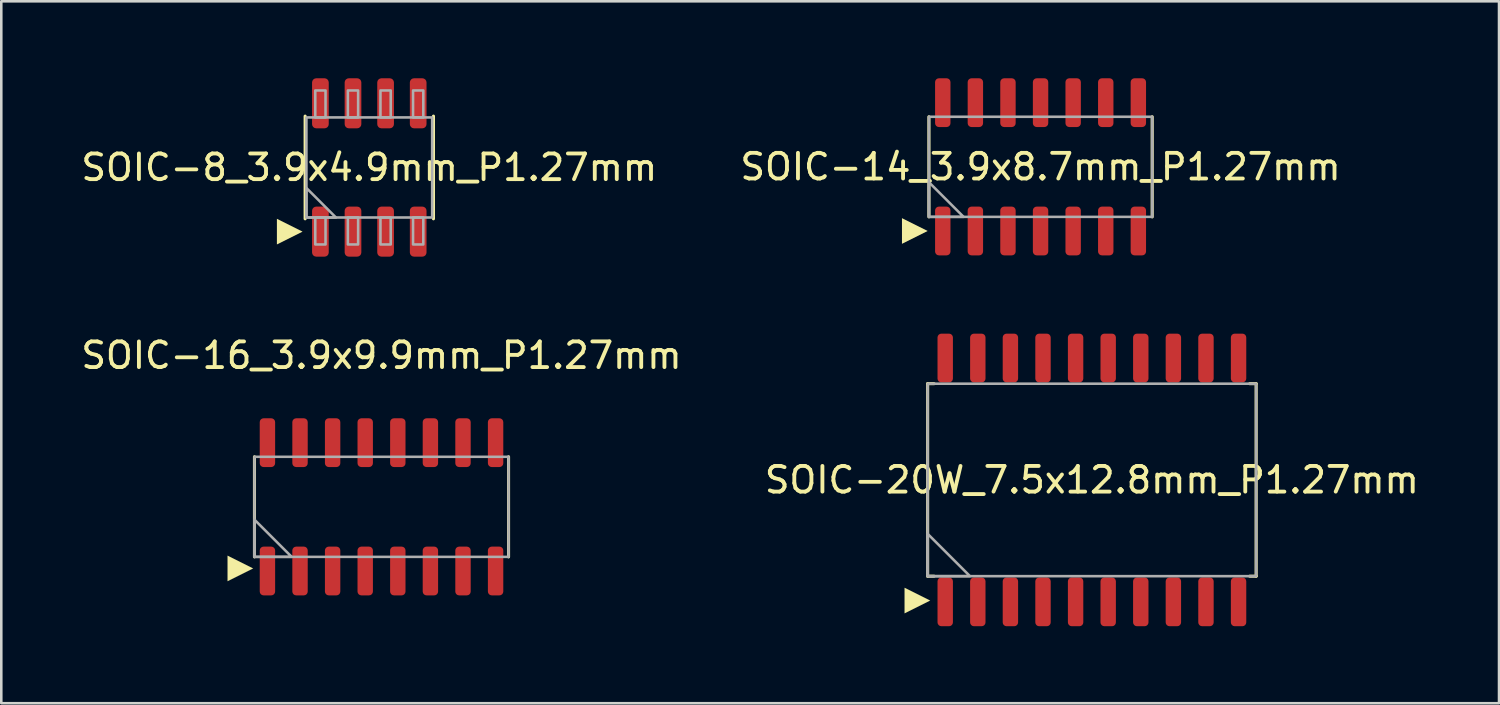
<source format=kicad_pcb>
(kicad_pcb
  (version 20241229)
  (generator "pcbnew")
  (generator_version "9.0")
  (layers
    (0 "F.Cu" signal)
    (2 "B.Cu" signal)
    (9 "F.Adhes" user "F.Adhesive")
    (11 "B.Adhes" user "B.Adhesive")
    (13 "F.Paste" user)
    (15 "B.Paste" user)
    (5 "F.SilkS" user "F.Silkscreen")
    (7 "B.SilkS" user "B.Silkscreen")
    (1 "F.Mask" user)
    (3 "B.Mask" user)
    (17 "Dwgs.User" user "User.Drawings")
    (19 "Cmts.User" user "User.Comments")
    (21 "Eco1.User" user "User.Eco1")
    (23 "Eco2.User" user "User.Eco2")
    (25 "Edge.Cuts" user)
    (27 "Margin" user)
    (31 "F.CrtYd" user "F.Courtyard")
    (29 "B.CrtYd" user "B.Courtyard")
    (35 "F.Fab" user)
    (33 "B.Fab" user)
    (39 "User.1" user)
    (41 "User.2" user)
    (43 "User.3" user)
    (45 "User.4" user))
  (footprint "SOIC-16_3.9x9.9mm_P1.27mm"
    (layer "F.Cu")
    (at 11.815 16.698)
    (property "Reference" "SOIC-16_3.9x9.9mm_P1.27mm" (at 0 -5.9 0) (layer "F.SilkS") (effects (font (size 1 1) (thickness 0.15))))
    (attr smd)
    (fp_line (start -4.95 1.95) (end -4.95 -1.95) (stroke (width 0.12) (type default)) (layer "F.SilkS"))
    (fp_line (start 4.95 1.95) (end 4.95 -1.95) (stroke (width 0.12) (type default)) (layer "F.SilkS"))
    (fp_poly (pts (xy -6 2.9) (xy -6 1.9) (xy -5 2.4)) (stroke (width 0) (type solid)) (fill yes) (layer "F.SilkS"))
    (fp_rect (start -4.95 -1.95) (end 4.95 1.95) (stroke (width 0.1) (type default)) (fill no) (layer "F.Fab"))
    (fp_poly (pts (xy -3.5 1.95) (xy -4.95 0.5) (xy -4.95 1.95)) (stroke (width 0.1) (type solid)) (fill no) (layer "F.Fab"))
    (pad "1" smd roundrect (at -4.445 2.5 90) (size 1.9 0.6) (layers "F.Cu" "F.Mask" "F.Paste") (roundrect_rratio 0.25))
    (pad "2" smd roundrect (at -3.175 2.5 90) (size 1.9 0.6) (layers "F.Cu" "F.Mask" "F.Paste") (roundrect_rratio 0.25))
    (pad "3" smd roundrect (at -1.905 2.5 90) (size 1.9 0.6) (layers "F.Cu" "F.Mask" "F.Paste") (roundrect_rratio 0.25))
    (pad "4" smd roundrect (at -0.635 2.5 90) (size 1.9 0.6) (layers "F.Cu" "F.Mask" "F.Paste") (roundrect_rratio 0.25))
    (pad "5" smd roundrect (at 0.635 2.5 90) (size 1.9 0.6) (layers "F.Cu" "F.Mask" "F.Paste") (roundrect_rratio 0.25))
    (pad "6" smd roundrect (at 1.905 2.5 90) (size 1.9 0.6) (layers "F.Cu" "F.Mask" "F.Paste") (roundrect_rratio 0.25))
    (pad "7" smd roundrect (at 3.175 2.5 90) (size 1.9 0.6) (layers "F.Cu" "F.Mask" "F.Paste") (roundrect_rratio 0.25))
    (pad "8" smd roundrect (at 4.445 2.5 90) (size 1.9 0.6) (layers "F.Cu" "F.Mask" "F.Paste") (roundrect_rratio 0.25))
    (pad "9" smd roundrect (at 4.445 -2.5 90) (size 1.9 0.6) (layers "F.Cu" "F.Mask" "F.Paste") (roundrect_rratio 0.25))
    (pad "10" smd roundrect (at 3.175 -2.5 90) (size 1.9 0.6) (layers "F.Cu" "F.Mask" "F.Paste") (roundrect_rratio 0.25))
    (pad "11" smd roundrect (at 1.905 -2.5 90) (size 1.9 0.6) (layers "F.Cu" "F.Mask" "F.Paste") (roundrect_rratio 0.25))
    (pad "12" smd roundrect (at 0.635 -2.5 90) (size 1.9 0.6) (layers "F.Cu" "F.Mask" "F.Paste") (roundrect_rratio 0.25))
    (pad "13" smd roundrect (at -0.635 -2.5 90) (size 1.9 0.6) (layers "F.Cu" "F.Mask" "F.Paste") (roundrect_rratio 0.25))
    (pad "14" smd roundrect (at -1.905 -2.5 90) (size 1.9 0.6) (layers "F.Cu" "F.Mask" "F.Paste") (roundrect_rratio 0.25))
    (pad "15" smd roundrect (at -3.175 -2.5 90) (size 1.9 0.6) (layers "F.Cu" "F.Mask" "F.Paste") (roundrect_rratio 0.25))
    (pad "16" smd roundrect (at -4.445 -2.5 90) (size 1.9 0.6) (layers "F.Cu" "F.Mask" "F.Paste") (roundrect_rratio 0.25)))
  (footprint "SOIC-20W_7.5x12.8mm_P1.27mm"
    (layer "F.Cu")
    (at 39.494 15.65)
    (property "Reference" "SOIC-20W_7.5x12.8mm_P1.27mm" (at 0 0 0) (layer "F.SilkS") (effects (font (size 1 1) (thickness 0.15))))
    (attr smd)
    (fp_line (start -6.4 -3.75) (end -6.4 3.75) (stroke (width 0.12) (type default)) (layer "F.SilkS"))
    (fp_line (start -6.4 3.75) (end -6.15 3.75) (stroke (width 0.12) (type default)) (layer "F.SilkS"))
    (fp_line (start -6.15 -3.75) (end -6.4 -3.75) (stroke (width 0.12) (type default)) (layer "F.SilkS"))
    (fp_line (start 6.15 3.75) (end 6.4 3.75) (stroke (width 0.12) (type default)) (layer "F.SilkS"))
    (fp_line (start 6.4 -3.75) (end 6.15 -3.75) (stroke (width 0.12) (type default)) (layer "F.SilkS"))
    (fp_line (start 6.4 3.75) (end 6.4 -3.75) (stroke (width 0.12) (type default)) (layer "F.SilkS"))
    (fp_poly (pts (xy -7.3 5.2) (xy -7.3 4.2) (xy -6.3 4.7)) (stroke (width 0) (type solid)) (fill yes) (layer "F.SilkS"))
    (fp_rect (start -6.4 -3.75) (end 6.4 3.75) (stroke (width 0.1) (type default)) (fill no) (layer "F.Fab"))
    (fp_poly (pts (xy -6.4 3.75) (xy -4.75 3.75) (xy -6.4 2.1)) (stroke (width 0.1) (type solid)) (fill no) (layer "F.Fab"))
    (pad "1" smd roundrect (at -5.715 4.75 90) (size 1.9 0.6) (layers "F.Cu" "F.Mask" "F.Paste") (roundrect_rratio 0.25))
    (pad "2" smd roundrect (at -4.445 4.75 90) (size 1.9 0.6) (layers "F.Cu" "F.Mask" "F.Paste") (roundrect_rratio 0.25))
    (pad "3" smd roundrect (at -3.175 4.75 90) (size 1.9 0.6) (layers "F.Cu" "F.Mask" "F.Paste") (roundrect_rratio 0.25))
    (pad "4" smd roundrect (at -1.905 4.75 90) (size 1.9 0.6) (layers "F.Cu" "F.Mask" "F.Paste") (roundrect_rratio 0.25))
    (pad "5" smd roundrect (at -0.635 4.75 90) (size 1.9 0.6) (layers "F.Cu" "F.Mask" "F.Paste") (roundrect_rratio 0.25))
    (pad "6" smd roundrect (at 0.635 4.75 90) (size 1.9 0.6) (layers "F.Cu" "F.Mask" "F.Paste") (roundrect_rratio 0.25))
    (pad "7" smd roundrect (at 1.905 4.75 90) (size 1.9 0.6) (layers "F.Cu" "F.Mask" "F.Paste") (roundrect_rratio 0.25))
    (pad "8" smd roundrect (at 3.175 4.75 90) (size 1.9 0.6) (layers "F.Cu" "F.Mask" "F.Paste") (roundrect_rratio 0.25))
    (pad "9" smd roundrect (at 4.445 4.75 90) (size 1.9 0.6) (layers "F.Cu" "F.Mask" "F.Paste") (roundrect_rratio 0.25))
    (pad "10" smd roundrect (at 5.715 4.75 90) (size 1.9 0.6) (layers "F.Cu" "F.Mask" "F.Paste") (roundrect_rratio 0.25))
    (pad "11" smd roundrect (at 5.715 -4.75 90) (size 1.9 0.6) (layers "F.Cu" "F.Mask" "F.Paste") (roundrect_rratio 0.25))
    (pad "12" smd roundrect (at 4.445 -4.75 90) (size 1.9 0.6) (layers "F.Cu" "F.Mask" "F.Paste") (roundrect_rratio 0.25))
    (pad "13" smd roundrect (at 3.175 -4.75 90) (size 1.9 0.6) (layers "F.Cu" "F.Mask" "F.Paste") (roundrect_rratio 0.25))
    (pad "14" smd roundrect (at 1.905 -4.75 90) (size 1.9 0.6) (layers "F.Cu" "F.Mask" "F.Paste") (roundrect_rratio 0.25))
    (pad "15" smd roundrect (at 0.635 -4.75 90) (size 1.9 0.6) (layers "F.Cu" "F.Mask" "F.Paste") (roundrect_rratio 0.25))
    (pad "16" smd roundrect (at -0.635 -4.75 90) (size 1.9 0.6) (layers "F.Cu" "F.Mask" "F.Paste") (roundrect_rratio 0.25))
    (pad "17" smd roundrect (at -1.905 -4.75 90) (size 1.9 0.6) (layers "F.Cu" "F.Mask" "F.Paste") (roundrect_rratio 0.25))
    (pad "18" smd roundrect (at -3.175 -4.75 90) (size 1.9 0.6) (layers "F.Cu" "F.Mask" "F.Paste") (roundrect_rratio 0.25))
    (pad "19" smd roundrect (at -4.445 -4.75 90) (size 1.9 0.6) (layers "F.Cu" "F.Mask" "F.Paste") (roundrect_rratio 0.25))
    (pad "20" smd roundrect (at -5.715 -4.75 90) (size 1.9 0.6) (layers "F.Cu" "F.Mask" "F.Paste") (roundrect_rratio 0.25)))
  (footprint "SOIC-8_3.9x4.9mm_P1.27mm"
    (layer "F.Cu")
    (at 11.339 3.475)
    (property "Reference" "SOIC-8_3.9x4.9mm_P1.27mm" (at 0 0 0) (layer "F.SilkS") (effects (font (size 1 1) (thickness 0.15))))
    (attr smd)
    (fp_line (start -2.5 -2) (end -2.5 2) (stroke (width 0.12) (type default)) (layer "F.SilkS"))
    (fp_line (start 2.5 -2) (end 2.5 2) (stroke (width 0.12) (type default)) (layer "F.SilkS"))
    (fp_poly (pts (xy -3.6 3) (xy -3.6 2) (xy -2.6 2.5)) (stroke (width 0) (type solid)) (fill yes) (layer "F.SilkS"))
    (fp_rect (start -2.45 -1.95) (end 2.45 1.95) (stroke (width 0.1) (type default)) (fill no) (layer "F.Fab"))
    (fp_rect (start -2.105 -3) (end -1.705 -1.95) (stroke (width 0.1) (type solid)) (fill no) (layer "F.Fab"))
    (fp_rect (start -2.105 1.95) (end -1.705 3) (stroke (width 0.1) (type solid)) (fill no) (layer "F.Fab"))
    (fp_rect (start -0.835 -3) (end -0.435 -1.95) (stroke (width 0.1) (type solid)) (fill no) (layer "F.Fab"))
    (fp_rect (start -0.835 1.95) (end -0.435 3) (stroke (width 0.1) (type solid)) (fill no) (layer "F.Fab"))
    (fp_rect (start 0.435 -3) (end 0.835 -1.95) (stroke (width 0.1) (type solid)) (fill no) (layer "F.Fab"))
    (fp_rect (start 0.435 1.95) (end 0.835 3) (stroke (width 0.1) (type solid)) (fill no) (layer "F.Fab"))
    (fp_rect (start 1.705 -3) (end 2.105 -1.95) (stroke (width 0.1) (type solid)) (fill no) (layer "F.Fab"))
    (fp_rect (start 1.705 1.95) (end 2.105 3) (stroke (width 0.1) (type solid)) (fill no) (layer "F.Fab"))
    (fp_poly (pts (xy -2.45 1.95) (xy -1.3 1.95) (xy -2.45 0.8)) (stroke (width 0.1) (type solid)) (fill no) (layer "F.Fab"))
    (pad "1" smd roundrect (at -1.905 2.5 90) (size 1.95 0.65) (layers "F.Cu" "F.Mask" "F.Paste") (roundrect_rratio 0.25))
    (pad "2" smd roundrect (at -0.635 2.5 90) (size 1.95 0.65) (layers "F.Cu" "F.Mask" "F.Paste") (roundrect_rratio 0.25))
    (pad "3" smd roundrect (at 0.635 2.5 90) (size 1.95 0.65) (layers "F.Cu" "F.Mask" "F.Paste") (roundrect_rratio 0.25))
    (pad "4" smd roundrect (at 1.905 2.5 90) (size 1.95 0.65) (layers "F.Cu" "F.Mask" "F.Paste") (roundrect_rratio 0.25))
    (pad "5" smd roundrect (at 1.905 -2.5 90) (size 1.95 0.65) (layers "F.Cu" "F.Mask" "F.Paste") (roundrect_rratio 0.25))
    (pad "6" smd roundrect (at 0.635 -2.5 90) (size 1.95 0.65) (layers "F.Cu" "F.Mask" "F.Paste") (roundrect_rratio 0.25))
    (pad "7" smd roundrect (at -0.635 -2.5 90) (size 1.95 0.65) (layers "F.Cu" "F.Mask" "F.Paste") (roundrect_rratio 0.25))
    (pad "8" smd roundrect (at -1.905 -2.5 90) (size 1.95 0.65) (layers "F.Cu" "F.Mask" "F.Paste") (roundrect_rratio 0.25)))
  (footprint "SOIC-14_3.9x8.7mm_P1.27mm"
    (layer "F.Cu")
    (at 37.494 3.45)
    (property "Reference" "SOIC-14_3.9x8.7mm_P1.27mm" (at 0 0 0) (layer "F.SilkS") (effects (font (size 1 1) (thickness 0.15))))
    (attr smd)
    (fp_line (start -4.35 -1.95) (end -4.35 1.95) (stroke (width 0.12) (type default)) (layer "F.SilkS"))
    (fp_line (start 4.35 -1.95) (end 4.35 1.95) (stroke (width 0.12) (type default)) (layer "F.SilkS"))
    (fp_poly (pts (xy -5.4 3) (xy -5.4 2) (xy -4.4 2.5)) (stroke (width 0) (type solid)) (fill yes) (layer "F.SilkS"))
    (fp_rect (start -4.35 -1.95) (end 4.35 1.95) (stroke (width 0.1) (type default)) (fill no) (layer "F.Fab"))
    (fp_poly (pts (xy -3 1.95) (xy -4.35 0.6) (xy -4.35 1.95)) (stroke (width 0.1) (type solid)) (fill no) (layer "F.Fab"))
    (pad "1" smd roundrect (at -3.81 2.5 90) (size 1.9 0.6) (layers "F.Cu" "F.Mask" "F.Paste") (roundrect_rratio 0.25))
    (pad "2" smd roundrect (at -2.54 2.5 90) (size 1.9 0.6) (layers "F.Cu" "F.Mask" "F.Paste") (roundrect_rratio 0.25))
    (pad "3" smd roundrect (at -1.27 2.5 90) (size 1.9 0.6) (layers "F.Cu" "F.Mask" "F.Paste") (roundrect_rratio 0.25))
    (pad "4" smd roundrect (at 0 2.5 90) (size 1.9 0.6) (layers "F.Cu" "F.Mask" "F.Paste") (roundrect_rratio 0.25))
    (pad "5" smd roundrect (at 1.27 2.5 90) (size 1.9 0.6) (layers "F.Cu" "F.Mask" "F.Paste") (roundrect_rratio 0.25))
    (pad "6" smd roundrect (at 2.54 2.5 90) (size 1.9 0.6) (layers "F.Cu" "F.Mask" "F.Paste") (roundrect_rratio 0.25))
    (pad "7" smd roundrect (at 3.81 2.5 90) (size 1.9 0.6) (layers "F.Cu" "F.Mask" "F.Paste") (roundrect_rratio 0.25))
    (pad "8" smd roundrect (at 3.81 -2.5 90) (size 1.9 0.6) (layers "F.Cu" "F.Mask" "F.Paste") (roundrect_rratio 0.25))
    (pad "9" smd roundrect (at 2.54 -2.5 90) (size 1.9 0.6) (layers "F.Cu" "F.Mask" "F.Paste") (roundrect_rratio 0.25))
    (pad "10" smd roundrect (at 1.27 -2.5 90) (size 1.9 0.6) (layers "F.Cu" "F.Mask" "F.Paste") (roundrect_rratio 0.25))
    (pad "11" smd roundrect (at 0 -2.5 90) (size 1.9 0.6) (layers "F.Cu" "F.Mask" "F.Paste") (roundrect_rratio 0.25))
    (pad "12" smd roundrect (at -1.27 -2.5 90) (size 1.9 0.6) (layers "F.Cu" "F.Mask" "F.Paste") (roundrect_rratio 0.25))
    (pad "13" smd roundrect (at -2.54 -2.5 90) (size 1.9 0.6) (layers "F.Cu" "F.Mask" "F.Paste") (roundrect_rratio 0.25))
    (pad "14" smd roundrect (at -3.81 -2.5 90) (size 1.9 0.6) (layers "F.Cu" "F.Mask" "F.Paste") (roundrect_rratio 0.25)))
  (gr_rect
    (start -3 -3)
    (end 55.357 24.35)
    (stroke (width 0.1) (type default))
    (fill no)
    (layer "Edge.Cuts")))
</source>
